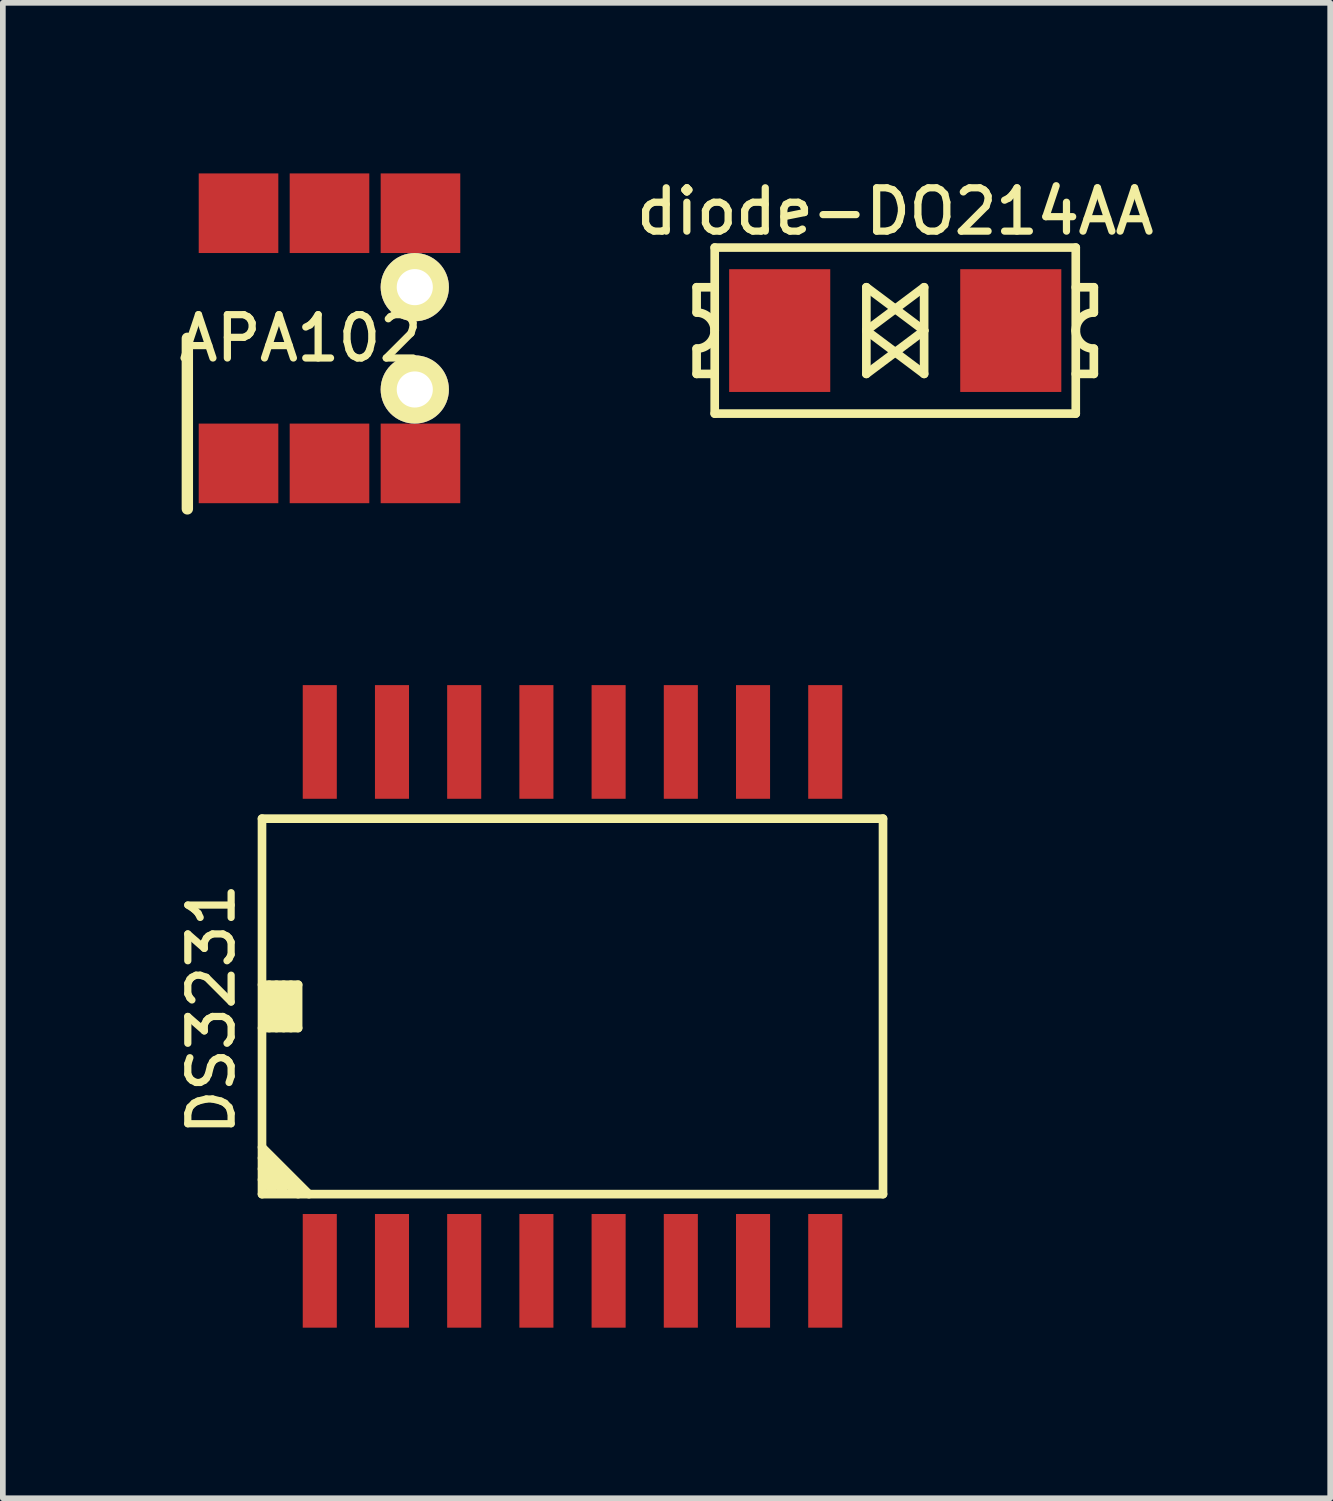
<source format=kicad_pcb>
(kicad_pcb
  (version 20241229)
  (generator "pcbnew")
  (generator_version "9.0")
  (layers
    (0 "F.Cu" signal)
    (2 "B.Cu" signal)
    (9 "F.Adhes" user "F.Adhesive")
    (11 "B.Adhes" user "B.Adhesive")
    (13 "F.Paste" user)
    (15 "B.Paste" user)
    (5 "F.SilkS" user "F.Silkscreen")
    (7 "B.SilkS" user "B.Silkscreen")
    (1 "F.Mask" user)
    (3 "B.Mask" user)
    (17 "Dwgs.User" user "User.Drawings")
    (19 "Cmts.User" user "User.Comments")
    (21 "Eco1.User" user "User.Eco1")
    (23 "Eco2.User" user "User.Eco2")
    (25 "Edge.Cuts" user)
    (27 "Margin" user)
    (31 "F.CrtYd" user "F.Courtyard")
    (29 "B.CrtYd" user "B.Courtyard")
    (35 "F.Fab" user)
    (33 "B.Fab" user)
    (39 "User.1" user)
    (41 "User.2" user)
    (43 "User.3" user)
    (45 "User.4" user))
  (footprint "DS3231"
    (layer "F.Cu")
    (at 7.019 14.65)
    (property "Reference" "DS3231" (at -6.35 0.05 90) (layer "F.SilkS") (effects (font (size 0.762 0.762) (thickness 0.127))))
    (attr smd)
    (fp_line (start -5.461 -3.302) (end -5.461 3.302) (stroke (width 0.152) (type solid)) (layer "F.SilkS"))
    (fp_line (start -5.461 -3.302) (end 5.461 -3.302) (stroke (width 0.152) (type solid)) (layer "F.SilkS"))
    (fp_line (start -5.461 -0.381) (end -4.826 -0.381) (stroke (width 0.152) (type solid)) (layer "F.SilkS"))
    (fp_line (start -5.461 0.381) (end -4.826 0.381) (stroke (width 0.152) (type solid)) (layer "F.SilkS"))
    (fp_line (start -5.461 2.477) (end -4.636 3.302) (stroke (width 0.152) (type solid)) (layer "F.SilkS"))
    (fp_line (start -5.461 2.857) (end -5.08 3.239) (stroke (width 0.152) (type solid)) (layer "F.SilkS"))
    (fp_line (start -5.461 3.048) (end -5.271 3.239) (stroke (width 0.152) (type solid)) (layer "F.SilkS"))
    (fp_line (start -5.334 -0.381) (end -5.334 0.381) (stroke (width 0.152) (type solid)) (layer "F.SilkS"))
    (fp_line (start -5.207 -0.381) (end -5.207 0.381) (stroke (width 0.152) (type solid)) (layer "F.SilkS"))
    (fp_line (start -5.08 -0.381) (end -5.08 0.381) (stroke (width 0.152) (type solid)) (layer "F.SilkS"))
    (fp_line (start -4.953 -0.381) (end -4.953 0.381) (stroke (width 0.152) (type solid)) (layer "F.SilkS"))
    (fp_line (start -4.826 -0.381) (end -4.826 0.381) (stroke (width 0.152) (type solid)) (layer "F.SilkS"))
    (fp_line (start -4.826 3.302) (end -5.461 2.667) (stroke (width 0.152) (type solid)) (layer "F.SilkS"))
    (fp_line (start 5.461 3.302) (end -5.461 3.302) (stroke (width 0.152) (type solid)) (layer "F.SilkS"))
    (fp_line (start 5.461 3.302) (end 5.461 -3.302) (stroke (width 0.152) (type solid)) (layer "F.SilkS"))
    (pad "1" smd rect (at -4.445 4.651) (size 0.599 1.999) (layers "F.Cu" "F.Mask" "F.Paste"))
    (pad "2" smd rect (at -3.175 4.651) (size 0.599 1.999) (layers "F.Cu" "F.Mask" "F.Paste"))
    (pad "3" smd rect (at -1.905 4.651) (size 0.599 1.999) (layers "F.Cu" "F.Mask" "F.Paste"))
    (pad "4" smd rect (at -0.635 4.651) (size 0.599 1.999) (layers "F.Cu" "F.Mask" "F.Paste"))
    (pad "5" smd rect (at 0.635 4.651) (size 0.599 1.999) (layers "F.Cu" "F.Mask" "F.Paste"))
    (pad "6" smd rect (at 1.905 4.651) (size 0.599 1.999) (layers "F.Cu" "F.Mask" "F.Paste"))
    (pad "7" smd rect (at 3.175 4.651) (size 0.599 1.999) (layers "F.Cu" "F.Mask" "F.Paste"))
    (pad "8" smd rect (at 4.445 4.651) (size 0.599 1.999) (layers "F.Cu" "F.Mask" "F.Paste"))
    (pad "9" smd rect (at 4.445 -4.651) (size 0.599 1.999) (layers "F.Cu" "F.Mask" "F.Paste"))
    (pad "10" smd rect (at 3.175 -4.651) (size 0.599 1.999) (layers "F.Cu" "F.Mask" "F.Paste"))
    (pad "11" smd rect (at 1.905 -4.651) (size 0.599 1.999) (layers "F.Cu" "F.Mask" "F.Paste"))
    (pad "12" smd rect (at 0.635 -4.651) (size 0.599 1.999) (layers "F.Cu" "F.Mask" "F.Paste"))
    (pad "13" smd rect (at -0.635 -4.651) (size 0.599 1.999) (layers "F.Cu" "F.Mask" "F.Paste"))
    (pad "14" smd rect (at -1.905 -4.651) (size 0.599 1.999) (layers "F.Cu" "F.Mask" "F.Paste"))
    (pad "15" smd rect (at -3.175 -4.651) (size 0.599 1.999) (layers "F.Cu" "F.Mask" "F.Paste"))
    (pad "16" smd rect (at -4.445 -4.651) (size 0.599 1.999) (layers "F.Cu" "F.Mask" "F.Paste")))
  (footprint "APA102"
    (layer "F.Cu")
    (at 2.745 2.9)
    (property "Reference" "APA102" (at -0.508 0 0) (layer "F.SilkS") (effects (font (size 0.762 0.762) (thickness 0.127))))
    (attr smd)
    (fp_line (start -2.5 0) (end -2.5 3) (stroke (width 0.2) (type solid)) (layer "F.SilkS"))
    (pad "1" smd rect (at -1.6 2.2 90) (size 1.4 1.4) (layers "F.Cu" "F.Mask" "F.Paste"))
    (pad "2" smd rect (at 0 2.2 90) (size 1.4 1.4) (layers "F.Cu" "F.Mask" "F.Paste"))
    (pad "3" thru_hole circle (at 1.5 0.9) (size 1.2 1.2) (drill 0.635) (layers "*.Cu" "F.SilkS"))
    (pad "3" smd rect (at 1.6 2.2 90) (size 1.4 1.4) (layers "F.Cu" "F.Mask" "F.Paste"))
    (pad "4" thru_hole circle (at 1.5 -0.9) (size 1.2 1.2) (drill 0.635) (layers "*.Cu" "F.SilkS"))
    (pad "4" smd rect (at 1.6 -2.2 90) (size 1.4 1.4) (layers "F.Cu" "F.Mask" "F.Paste"))
    (pad "5" smd rect (at 0 -2.2 90) (size 1.4 1.4) (layers "F.Cu" "F.Mask" "F.Paste"))
    (pad "6" smd rect (at -1.6 -2.2 90) (size 1.4 1.4) (layers "F.Cu" "F.Mask" "F.Paste")))
  (footprint "diode-DO214AA"
    (layer "F.Cu")
    (at 12.695 2.764)
    (property "Reference" "diode-DO214AA" (at 0 -2.095 0) (layer "F.SilkS") (effects (font (size 0.762 0.762) (thickness 0.127))))
    (attr smd)
    (fp_line (start -3.493 -0.762) (end -3.493 -0.318) (stroke (width 0.152) (type solid)) (layer "F.SilkS"))
    (fp_line (start -3.493 0.318) (end -3.493 0.762) (stroke (width 0.152) (type solid)) (layer "F.SilkS"))
    (fp_line (start -3.493 0.762) (end -3.175 0.762) (stroke (width 0.152) (type solid)) (layer "F.SilkS"))
    (fp_line (start -3.175 -0.762) (end -3.493 -0.762) (stroke (width 0.152) (type solid)) (layer "F.SilkS"))
    (fp_line (start -3.175 1.46) (end -3.175 -1.46) (stroke (width 0.152) (type solid)) (layer "F.SilkS"))
    (fp_line (start -3.175 1.46) (end 3.175 1.46) (stroke (width 0.152) (type solid)) (layer "F.SilkS"))
    (fp_line (start -0.508 -0.762) (end -0.508 0.762) (stroke (width 0.152) (type solid)) (layer "F.SilkS"))
    (fp_line (start -0.508 0) (end 0.508 0.762) (stroke (width 0.152) (type solid)) (layer "F.SilkS"))
    (fp_line (start -0.508 0.762) (end 0.508 0) (stroke (width 0.152) (type solid)) (layer "F.SilkS"))
    (fp_line (start 0.508 -0.762) (end -0.508 0) (stroke (width 0.152) (type solid)) (layer "F.SilkS"))
    (fp_line (start 0.508 0) (end -0.508 -0.762) (stroke (width 0.152) (type solid)) (layer "F.SilkS"))
    (fp_line (start 0.508 0) (end 0.508 -0.762) (stroke (width 0.152) (type solid)) (layer "F.SilkS"))
    (fp_line (start 0.508 0.762) (end 0.508 0) (stroke (width 0.152) (type solid)) (layer "F.SilkS"))
    (fp_line (start 3.175 -1.46) (end -3.175 -1.46) (stroke (width 0.152) (type solid)) (layer "F.SilkS"))
    (fp_line (start 3.175 -1.46) (end 3.175 1.46) (stroke (width 0.152) (type solid)) (layer "F.SilkS"))
    (fp_line (start 3.175 -0.762) (end 3.493 -0.762) (stroke (width 0.152) (type solid)) (layer "F.SilkS"))
    (fp_line (start 3.493 -0.762) (end 3.493 -0.318) (stroke (width 0.152) (type solid)) (layer "F.SilkS"))
    (fp_line (start 3.493 0.318) (end 3.493 0.762) (stroke (width 0.152) (type solid)) (layer "F.SilkS"))
    (fp_line (start 3.493 0.762) (end 3.175 0.762) (stroke (width 0.152) (type solid)) (layer "F.SilkS"))
    (fp_arc (start -3.4925 -0.3175) (mid -3.267994 -0.224506) (end -3.175 0) (stroke (width 0.1524) (type solid)) (layer "F.SilkS"))
    (fp_arc (start -3.175 0) (mid -3.267994 0.224506) (end -3.4925 0.3175) (stroke (width 0.1524) (type solid)) (layer "F.SilkS"))
    (fp_arc (start 3.175 0) (mid 3.267994 -0.224506) (end 3.4925 -0.3175) (stroke (width 0.1524) (type solid)) (layer "F.SilkS"))
    (fp_arc (start 3.4925 0.3175) (mid 3.267994 0.224506) (end 3.175 0) (stroke (width 0.1524) (type solid)) (layer "F.SilkS"))
    (pad "1" smd rect (at -2.032 0) (size 1.778 2.159) (layers "F.Cu" "F.Mask" "F.Paste"))
    (pad "2" smd rect (at 2.032 0) (size 1.778 2.159) (layers "F.Cu" "F.Mask" "F.Paste")))
  (gr_rect
    (start -3 -3)
    (end 20.345 23.3)
    (stroke (width 0.1) (type default))
    (fill no)
    (layer "Edge.Cuts")))
</source>
